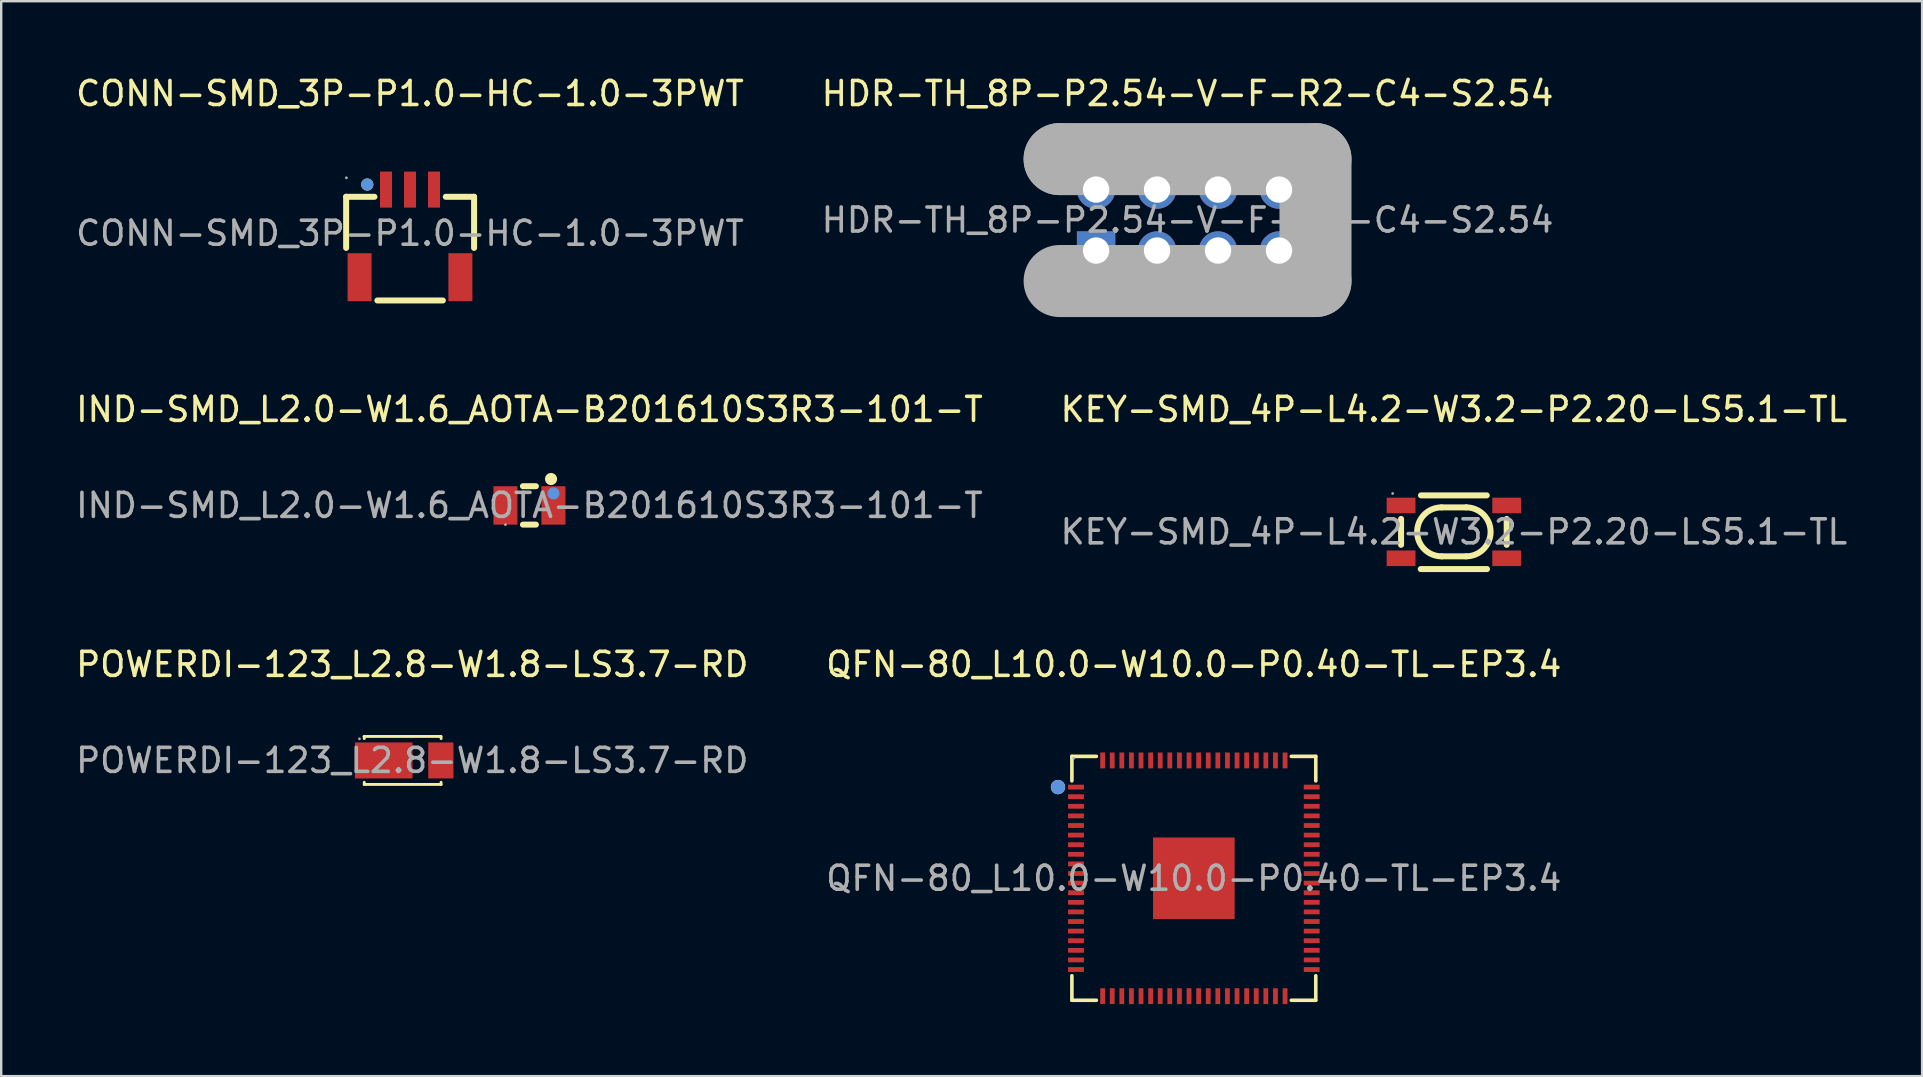
<source format=kicad_pcb>
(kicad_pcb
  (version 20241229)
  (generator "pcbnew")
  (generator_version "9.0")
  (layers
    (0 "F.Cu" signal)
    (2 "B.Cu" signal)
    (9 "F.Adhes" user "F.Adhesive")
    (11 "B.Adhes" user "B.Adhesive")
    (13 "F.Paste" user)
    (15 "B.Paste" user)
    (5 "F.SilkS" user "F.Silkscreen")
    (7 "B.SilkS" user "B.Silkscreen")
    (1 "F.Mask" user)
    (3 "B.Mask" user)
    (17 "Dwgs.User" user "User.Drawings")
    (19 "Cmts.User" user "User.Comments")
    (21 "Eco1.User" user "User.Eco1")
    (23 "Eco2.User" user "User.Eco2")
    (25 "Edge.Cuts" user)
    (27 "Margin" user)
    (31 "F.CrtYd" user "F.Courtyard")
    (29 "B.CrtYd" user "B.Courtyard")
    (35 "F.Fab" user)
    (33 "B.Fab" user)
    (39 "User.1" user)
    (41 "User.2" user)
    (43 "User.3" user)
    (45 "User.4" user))
  (footprint "IND-SMD_L2.0-W1.6_AOTA-B201610S3R3-101-T"
    (layer "F.Cu")
    (at 19.006 18.006)
    (property "Reference" "IND-SMD_L2.0-W1.6_AOTA-B201610S3R3-101-T" (at 0 -4 0) (layer "F.SilkS") (effects (font (size 1 1) (thickness 0.15))))
    (attr smd)
    (fp_line (start -0.27 -0.8) (end 0.27 -0.8) (stroke (width 0.25) (type solid)) (layer "F.SilkS"))
    (fp_line (start -0.27 0.8) (end 0.27 0.8) (stroke (width 0.25) (type solid)) (layer "F.SilkS"))
    (fp_circle (center 0.9 -1.1) (end 1.03 -1.1) (stroke (width 0.25) (type solid)) (fill no) (layer "F.SilkS"))
    (fp_circle (center 1 -0.5) (end 1.13 -0.5) (stroke (width 0.25) (type solid)) (fill no) (layer "Cmts.User"))
    (fp_circle (center -1 0.8) (end -0.97 0.8) (stroke (width 0.06) (type solid)) (fill no) (layer "F.Fab"))
    (fp_text user "${REFERENCE}" (at 0 0 0) (layer "F.Fab") (effects (font (size 1 1) (thickness 0.15))))
    (pad "1" smd rect (at -1 0) (size 1 1.6) (layers "F.Cu" "F.Mask" "F.Paste"))
    (pad "2" smd rect (at 1 0) (size 1 1.6) (layers "F.Cu" "F.Mask" "F.Paste")))
  (footprint "HDR-TH_8P-P2.54-V-F-R2-C4-S2.54"
    (layer "F.Cu")
    (at 46.423 6.118)
    (property "Reference" "HDR-TH_8P-P2.54-V-F-R2-C4-S2.54" (at 0 -5.27 0) (layer "F.SilkS") (effects (font (size 1 1) (thickness 0.15))))
    (attr through_hole)
    (fp_line (start -5.33 -2.54) (end -5.33 -2.54) (stroke (width 3) (type solid)) (layer "F.Fab"))
    (fp_line (start -5.33 -2.54) (end 5.33 -2.54) (stroke (width 3) (type solid)) (layer "F.Fab"))
    (fp_line (start 5.33 -2.54) (end 5.33 2.54) (stroke (width 3) (type solid)) (layer "F.Fab"))
    (fp_line (start 5.33 2.54) (end -5.33 2.54) (stroke (width 3) (type solid)) (layer "F.Fab"))
    (fp_circle (center -5.28 2.46) (end -5.25 2.46) (stroke (width 0.06) (type solid)) (fill no) (layer "F.Fab"))
    (fp_text user "${REFERENCE}" (at 0 0 0) (layer "F.Fab") (effects (font (size 1 1) (thickness 0.15))))
    (pad "1" thru_hole rect (at -3.81 1.27) (size 1.6 1.6) (drill 1.1) (layers "*.Cu" "*.Mask"))
    (pad "2" thru_hole circle (at -3.81 -1.27) (size 1.6 1.6) (drill 1.1) (layers "*.Cu" "*.Mask"))
    (pad "3" thru_hole circle (at -1.27 1.27) (size 1.6 1.6) (drill 1.1) (layers "*.Cu" "*.Mask"))
    (pad "4" thru_hole circle (at -1.27 -1.27) (size 1.6 1.6) (drill 1.1) (layers "*.Cu" "*.Mask"))
    (pad "5" thru_hole circle (at 1.27 1.27) (size 1.6 1.6) (drill 1.1) (layers "*.Cu" "*.Mask"))
    (pad "6" thru_hole circle (at 1.27 -1.27) (size 1.6 1.6) (drill 1.1) (layers "*.Cu" "*.Mask"))
    (pad "7" thru_hole circle (at 3.81 1.27) (size 1.6 1.6) (drill 1.1) (layers "*.Cu" "*.Mask"))
    (pad "8" thru_hole circle (at 3.81 -1.27) (size 1.6 1.6) (drill 1.1) (layers "*.Cu" "*.Mask")))
  (footprint "POWERDI-123_L2.8-W1.8-LS3.7-RD"
    (layer "F.Cu")
    (at 14.125 28.63)
    (property "Reference" "POWERDI-123_L2.8-W1.8-LS3.7-RD" (at 0 -4 0) (layer "F.SilkS") (effects (font (size 1 1) (thickness 0.15))))
    (attr smd)
    (fp_line (start -2 -1) (end -2 -0.91) (stroke (width 0.12) (type solid)) (layer "F.SilkS"))
    (fp_line (start -2 0.91) (end -2 1) (stroke (width 0.12) (type solid)) (layer "F.SilkS"))
    (fp_line (start -2 1) (end 1.2 1) (stroke (width 0.12) (type solid)) (layer "F.SilkS"))
    (fp_line (start 1.19 -1) (end -2.01 -1) (stroke (width 0.12) (type solid)) (layer "F.SilkS"))
    (fp_line (start 1.2 -1) (end 1.2 -0.91) (stroke (width 0.12) (type solid)) (layer "F.SilkS"))
    (fp_line (start 1.2 0.91) (end 1.2 1) (stroke (width 0.12) (type solid)) (layer "F.SilkS"))
    (fp_circle (center -2.2 -0.9) (end -2.17 -0.9) (stroke (width 0.06) (type solid)) (fill no) (layer "F.Fab"))
    (fp_text user "${REFERENCE}" (at 0 0 0) (layer "F.Fab") (effects (font (size 1 1) (thickness 0.15))))
    (pad "1" smd rect (at -1.19 0 180) (size 2.4 1.5) (layers "F.Cu" "F.Mask" "F.Paste"))
    (pad "2" smd rect (at 1.19 0 180) (size 1.05 1.5) (layers "F.Cu" "F.Mask" "F.Paste")))
  (footprint "KEY-SMD_4P-L4.2-W3.2-P2.20-LS5.1-TL"
    (layer "F.Cu")
    (at 57.518 19.107)
    (property "Reference" "KEY-SMD_4P-L4.2-W3.2-P2.20-LS5.1-TL" (at 0 -5.1 0) (layer "F.SilkS") (effects (font (size 1 1) (thickness 0.15))))
    (attr smd)
    (fp_line (start -2.2 -0.54) (end -2.2 0.54) (stroke (width 0.25) (type solid)) (layer "F.SilkS"))
    (fp_line (start -1.38 1.55) (end 1.38 1.55) (stroke (width 0.25) (type solid)) (layer "F.SilkS"))
    (fp_line (start -0.51 -1.02) (end 0.51 -1.02) (stroke (width 0.25) (type solid)) (layer "F.SilkS"))
    (fp_line (start -0.51 1.02) (end 0.51 1.02) (stroke (width 0.25) (type solid)) (layer "F.SilkS"))
    (fp_line (start 1.37 -1.52) (end -1.37 -1.52) (stroke (width 0.25) (type solid)) (layer "F.SilkS"))
    (fp_line (start 2.2 -0.54) (end 2.2 0.54) (stroke (width 0.25) (type solid)) (layer "F.SilkS"))
    (fp_arc (start -0.51 1.02) (mid -1.53 0) (end -0.51 -1.02) (stroke (width 0.25) (type solid)) (layer "F.SilkS"))
    (fp_arc (start 0.51 -1.02) (mid 1.53 0) (end 0.51 1.02) (stroke (width 0.25) (type solid)) (layer "F.SilkS"))
    (fp_circle (center -2.55 -1.6) (end -2.52 -1.6) (stroke (width 0.06) (type solid)) (fill no) (layer "F.Fab"))
    (fp_text user "${REFERENCE}" (at 0 0 0) (layer "F.Fab") (effects (font (size 1 1) (thickness 0.15))))
    (pad "1" smd rect (at -2.2 -1.1) (size 1.2 0.65) (layers "F.Cu" "F.Mask" "F.Paste"))
    (pad "2" smd rect (at 2.2 -1.1) (size 1.2 0.65) (layers "F.Cu" "F.Mask" "F.Paste"))
    (pad "3" smd rect (at -2.2 1.1) (size 1.2 0.65) (layers "F.Cu" "F.Mask" "F.Paste"))
    (pad "4" smd rect (at 2.2 1.1) (size 1.2 0.65) (layers "F.Cu" "F.Mask" "F.Paste")))
  (footprint "CONN-SMD_3P-P1.0-HC-1.0-3PWT"
    (layer "F.Cu")
    (at 14.03 6.668)
    (property "Reference" "CONN-SMD_3P-P1.0-HC-1.0-3PWT" (at 0 -5.82 0) (layer "F.SilkS") (effects (font (size 1 1) (thickness 0.15))))
    (attr smd)
    (fp_line (start -2.66 -1.52) (end -2.66 0.61) (stroke (width 0.25) (type solid)) (layer "F.SilkS"))
    (fp_line (start -1.48 -1.52) (end -2.66 -1.52) (stroke (width 0.25) (type solid)) (layer "F.SilkS"))
    (fp_line (start -1.36 2.8) (end 1.37 2.8) (stroke (width 0.25) (type solid)) (layer "F.SilkS"))
    (fp_line (start 2.67 -1.52) (end 1.49 -1.52) (stroke (width 0.25) (type solid)) (layer "F.SilkS"))
    (fp_line (start 2.67 -1.52) (end 2.67 0.61) (stroke (width 0.25) (type solid)) (layer "F.SilkS"))
    (fp_circle (center -1.78 -2.03) (end -1.65 -2.03) (stroke (width 0.25) (type solid)) (fill no) (layer "F.SilkS"))
    (fp_circle (center -1.78 -2.03) (end -1.65 -2.03) (stroke (width 0.25) (type solid)) (fill no) (layer "Cmts.User"))
    (fp_circle (center -2.65 -2.31) (end -2.62 -2.31) (stroke (width 0.06) (type solid)) (fill no) (layer "F.Fab"))
    (fp_text user "${REFERENCE}" (at 0 0 0) (layer "F.Fab") (effects (font (size 1 1) (thickness 0.15))))
    (pad "1" smd rect (at -1 -1.82) (size 0.5 1.5) (layers "F.Cu" "F.Mask" "F.Paste"))
    (pad "2" smd rect (at 0 -1.82) (size 0.5 1.5) (layers "F.Cu" "F.Mask" "F.Paste"))
    (pad "3" smd rect (at 1 -1.82) (size 0.5 1.5) (layers "F.Cu" "F.Mask" "F.Paste"))
    (pad "4" smd rect (at -2.1 1.83) (size 1 2) (layers "F.Cu" "F.Mask" "F.Paste"))
    (pad "5" smd rect (at 2.1 1.83) (size 1 2) (layers "F.Cu" "F.Mask" "F.Paste")))
  (footprint "QFN-80_L10.0-W10.0-P0.40-TL-EP3.4"
    (layer "F.Cu")
    (at 46.685 33.54)
    (property "Reference" "QFN-80_L10.0-W10.0-P0.40-TL-EP3.4" (at 0 -8.91 0) (layer "F.SilkS") (effects (font (size 1 1) (thickness 0.15))))
    (attr smd)
    (fp_line (start -5.08 -5.08) (end -4.06 -5.08) (stroke (width 0.15) (type solid)) (layer "F.SilkS"))
    (fp_line (start -5.08 -4.06) (end -5.08 -5.08) (stroke (width 0.15) (type solid)) (layer "F.SilkS"))
    (fp_line (start -5.08 4.06) (end -5.08 5.08) (stroke (width 0.15) (type solid)) (layer "F.SilkS"))
    (fp_line (start -5.08 5.08) (end -4.06 5.08) (stroke (width 0.15) (type solid)) (layer "F.SilkS"))
    (fp_line (start 5.08 -5.08) (end 4.06 -5.08) (stroke (width 0.15) (type solid)) (layer "F.SilkS"))
    (fp_line (start 5.08 -4.06) (end 5.08 -5.08) (stroke (width 0.15) (type solid)) (layer "F.SilkS"))
    (fp_line (start 5.08 4.06) (end 5.08 5.08) (stroke (width 0.15) (type solid)) (layer "F.SilkS"))
    (fp_line (start 5.08 5.08) (end 4.06 5.08) (stroke (width 0.15) (type solid)) (layer "F.SilkS"))
    (fp_circle (center -5.66 -3.8) (end -5.51 -3.8) (stroke (width 0.3) (type solid)) (fill no) (layer "F.SilkS"))
    (fp_circle (center -5.66 -3.8) (end -5.51 -3.8) (stroke (width 0.3) (type solid)) (fill no) (layer "Cmts.User"))
    (fp_circle (center -5 -5) (end -4.97 -5) (stroke (width 0.06) (type solid)) (fill no) (layer "F.Fab"))
    (fp_text user "${REFERENCE}" (at 0 0 0) (layer "F.Fab") (effects (font (size 1 1) (thickness 0.15))))
    (pad "1" smd rect (at -4.91 -3.8) (size 0.66 0.2) (layers "F.Cu" "F.Mask" "F.Paste"))
    (pad "2" smd rect (at -4.91 -3.4) (size 0.66 0.2) (layers "F.Cu" "F.Mask" "F.Paste"))
    (pad "3" smd rect (at -4.91 -3) (size 0.66 0.2) (layers "F.Cu" "F.Mask" "F.Paste"))
    (pad "4" smd rect (at -4.91 -2.6) (size 0.66 0.2) (layers "F.Cu" "F.Mask" "F.Paste"))
    (pad "5" smd rect (at -4.91 -2.2) (size 0.66 0.2) (layers "F.Cu" "F.Mask" "F.Paste"))
    (pad "6" smd rect (at -4.91 -1.8) (size 0.66 0.2) (layers "F.Cu" "F.Mask" "F.Paste"))
    (pad "7" smd rect (at -4.91 -1.4) (size 0.66 0.2) (layers "F.Cu" "F.Mask" "F.Paste"))
    (pad "8" smd rect (at -4.91 -1) (size 0.66 0.2) (layers "F.Cu" "F.Mask" "F.Paste"))
    (pad "9" smd rect (at -4.91 -0.6) (size 0.66 0.2) (layers "F.Cu" "F.Mask" "F.Paste"))
    (pad "10" smd rect (at -4.91 -0.2) (size 0.66 0.2) (layers "F.Cu" "F.Mask" "F.Paste"))
    (pad "11" smd rect (at -4.91 0.2) (size 0.66 0.2) (layers "F.Cu" "F.Mask" "F.Paste"))
    (pad "12" smd rect (at -4.91 0.6) (size 0.66 0.2) (layers "F.Cu" "F.Mask" "F.Paste"))
    (pad "13" smd rect (at -4.91 1) (size 0.66 0.2) (layers "F.Cu" "F.Mask" "F.Paste"))
    (pad "14" smd rect (at -4.91 1.4) (size 0.66 0.2) (layers "F.Cu" "F.Mask" "F.Paste"))
    (pad "15" smd rect (at -4.91 1.8) (size 0.66 0.2) (layers "F.Cu" "F.Mask" "F.Paste"))
    (pad "16" smd rect (at -4.91 2.2) (size 0.66 0.2) (layers "F.Cu" "F.Mask" "F.Paste"))
    (pad "17" smd rect (at -4.91 2.6) (size 0.66 0.2) (layers "F.Cu" "F.Mask" "F.Paste"))
    (pad "18" smd rect (at -4.91 3) (size 0.66 0.2) (layers "F.Cu" "F.Mask" "F.Paste"))
    (pad "19" smd rect (at -4.91 3.4) (size 0.66 0.2) (layers "F.Cu" "F.Mask" "F.Paste"))
    (pad "20" smd rect (at -4.91 3.8) (size 0.66 0.2) (layers "F.Cu" "F.Mask" "F.Paste"))
    (pad "21" smd rect (at -3.8 4.91) (size 0.2 0.66) (layers "F.Cu" "F.Mask" "F.Paste"))
    (pad "22" smd rect (at -3.4 4.91) (size 0.2 0.66) (layers "F.Cu" "F.Mask" "F.Paste"))
    (pad "23" smd rect (at -3 4.91) (size 0.2 0.66) (layers "F.Cu" "F.Mask" "F.Paste"))
    (pad "24" smd rect (at -2.6 4.91) (size 0.2 0.66) (layers "F.Cu" "F.Mask" "F.Paste"))
    (pad "25" smd rect (at -2.2 4.91) (size 0.2 0.66) (layers "F.Cu" "F.Mask" "F.Paste"))
    (pad "26" smd rect (at -1.8 4.91) (size 0.2 0.66) (layers "F.Cu" "F.Mask" "F.Paste"))
    (pad "27" smd rect (at -1.4 4.91) (size 0.2 0.66) (layers "F.Cu" "F.Mask" "F.Paste"))
    (pad "28" smd rect (at -1 4.91) (size 0.2 0.66) (layers "F.Cu" "F.Mask" "F.Paste"))
    (pad "29" smd rect (at -0.6 4.91) (size 0.2 0.66) (layers "F.Cu" "F.Mask" "F.Paste"))
    (pad "30" smd rect (at -0.2 4.91) (size 0.2 0.66) (layers "F.Cu" "F.Mask" "F.Paste"))
    (pad "31" smd rect (at 0.2 4.91) (size 0.2 0.66) (layers "F.Cu" "F.Mask" "F.Paste"))
    (pad "32" smd rect (at 0.6 4.91) (size 0.2 0.66) (layers "F.Cu" "F.Mask" "F.Paste"))
    (pad "33" smd rect (at 1 4.91) (size 0.2 0.66) (layers "F.Cu" "F.Mask" "F.Paste"))
    (pad "34" smd rect (at 1.4 4.91) (size 0.2 0.66) (layers "F.Cu" "F.Mask" "F.Paste"))
    (pad "35" smd rect (at 1.8 4.91) (size 0.2 0.66) (layers "F.Cu" "F.Mask" "F.Paste"))
    (pad "36" smd rect (at 2.2 4.91) (size 0.2 0.66) (layers "F.Cu" "F.Mask" "F.Paste"))
    (pad "37" smd rect (at 2.6 4.91) (size 0.2 0.66) (layers "F.Cu" "F.Mask" "F.Paste"))
    (pad "38" smd rect (at 3 4.91) (size 0.2 0.66) (layers "F.Cu" "F.Mask" "F.Paste"))
    (pad "39" smd rect (at 3.4 4.91) (size 0.2 0.66) (layers "F.Cu" "F.Mask" "F.Paste"))
    (pad "40" smd rect (at 3.8 4.91) (size 0.2 0.66) (layers "F.Cu" "F.Mask" "F.Paste"))
    (pad "41" smd rect (at 4.91 3.8) (size 0.66 0.2) (layers "F.Cu" "F.Mask" "F.Paste"))
    (pad "42" smd rect (at 4.91 3.4) (size 0.66 0.2) (layers "F.Cu" "F.Mask" "F.Paste"))
    (pad "43" smd rect (at 4.91 3) (size 0.66 0.2) (layers "F.Cu" "F.Mask" "F.Paste"))
    (pad "44" smd rect (at 4.91 2.6) (size 0.66 0.2) (layers "F.Cu" "F.Mask" "F.Paste"))
    (pad "45" smd rect (at 4.91 2.2) (size 0.66 0.2) (layers "F.Cu" "F.Mask" "F.Paste"))
    (pad "46" smd rect (at 4.91 1.8) (size 0.66 0.2) (layers "F.Cu" "F.Mask" "F.Paste"))
    (pad "47" smd rect (at 4.91 1.4) (size 0.66 0.2) (layers "F.Cu" "F.Mask" "F.Paste"))
    (pad "48" smd rect (at 4.91 1) (size 0.66 0.2) (layers "F.Cu" "F.Mask" "F.Paste"))
    (pad "49" smd rect (at 4.91 0.6) (size 0.66 0.2) (layers "F.Cu" "F.Mask" "F.Paste"))
    (pad "50" smd rect (at 4.91 0.2) (size 0.66 0.2) (layers "F.Cu" "F.Mask" "F.Paste"))
    (pad "51" smd rect (at 4.91 -0.2) (size 0.66 0.2) (layers "F.Cu" "F.Mask" "F.Paste"))
    (pad "52" smd rect (at 4.91 -0.6) (size 0.66 0.2) (layers "F.Cu" "F.Mask" "F.Paste"))
    (pad "53" smd rect (at 4.91 -1) (size 0.66 0.2) (layers "F.Cu" "F.Mask" "F.Paste"))
    (pad "54" smd rect (at 4.91 -1.4) (size 0.66 0.2) (layers "F.Cu" "F.Mask" "F.Paste"))
    (pad "55" smd rect (at 4.91 -1.8) (size 0.66 0.2) (layers "F.Cu" "F.Mask" "F.Paste"))
    (pad "56" smd rect (at 4.91 -2.2) (size 0.66 0.2) (layers "F.Cu" "F.Mask" "F.Paste"))
    (pad "57" smd rect (at 4.91 -2.6) (size 0.66 0.2) (layers "F.Cu" "F.Mask" "F.Paste"))
    (pad "58" smd rect (at 4.91 -3) (size 0.66 0.2) (layers "F.Cu" "F.Mask" "F.Paste"))
    (pad "59" smd rect (at 4.91 -3.4) (size 0.66 0.2) (layers "F.Cu" "F.Mask" "F.Paste"))
    (pad "60" smd rect (at 4.91 -3.8) (size 0.66 0.2) (layers "F.Cu" "F.Mask" "F.Paste"))
    (pad "61" smd rect (at 3.8 -4.91) (size 0.2 0.66) (layers "F.Cu" "F.Mask" "F.Paste"))
    (pad "62" smd rect (at 3.4 -4.91) (size 0.2 0.66) (layers "F.Cu" "F.Mask" "F.Paste"))
    (pad "63" smd rect (at 3 -4.91) (size 0.2 0.66) (layers "F.Cu" "F.Mask" "F.Paste"))
    (pad "64" smd rect (at 2.6 -4.91) (size 0.2 0.66) (layers "F.Cu" "F.Mask" "F.Paste"))
    (pad "65" smd rect (at 2.2 -4.91) (size 0.2 0.66) (layers "F.Cu" "F.Mask" "F.Paste"))
    (pad "66" smd rect (at 1.8 -4.91) (size 0.2 0.66) (layers "F.Cu" "F.Mask" "F.Paste"))
    (pad "67" smd rect (at 1.4 -4.91) (size 0.2 0.66) (layers "F.Cu" "F.Mask" "F.Paste"))
    (pad "68" smd rect (at 1 -4.91) (size 0.2 0.66) (layers "F.Cu" "F.Mask" "F.Paste"))
    (pad "69" smd rect (at 0.6 -4.91) (size 0.2 0.66) (layers "F.Cu" "F.Mask" "F.Paste"))
    (pad "70" smd rect (at 0.2 -4.91) (size 0.2 0.66) (layers "F.Cu" "F.Mask" "F.Paste"))
    (pad "71" smd rect (at -0.2 -4.91) (size 0.2 0.66) (layers "F.Cu" "F.Mask" "F.Paste"))
    (pad "72" smd rect (at -0.6 -4.91) (size 0.2 0.66) (layers "F.Cu" "F.Mask" "F.Paste"))
    (pad "73" smd rect (at -1 -4.91) (size 0.2 0.66) (layers "F.Cu" "F.Mask" "F.Paste"))
    (pad "74" smd rect (at -1.4 -4.91) (size 0.2 0.66) (layers "F.Cu" "F.Mask" "F.Paste"))
    (pad "75" smd rect (at -1.8 -4.91) (size 0.2 0.66) (layers "F.Cu" "F.Mask" "F.Paste"))
    (pad "76" smd rect (at -2.2 -4.91) (size 0.2 0.66) (layers "F.Cu" "F.Mask" "F.Paste"))
    (pad "77" smd rect (at -2.6 -4.91) (size 0.2 0.66) (layers "F.Cu" "F.Mask" "F.Paste"))
    (pad "78" smd rect (at -3 -4.91) (size 0.2 0.66) (layers "F.Cu" "F.Mask" "F.Paste"))
    (pad "79" smd rect (at -3.4 -4.91) (size 0.2 0.66) (layers "F.Cu" "F.Mask" "F.Paste"))
    (pad "80" smd rect (at -3.8 -4.91) (size 0.2 0.66) (layers "F.Cu" "F.Mask" "F.Paste"))
    (pad "81" smd rect (at 0 0) (size 3.4 3.4) (layers "F.Cu" "F.Mask" "F.Paste")))
  (gr_rect
    (start -3 -3)
    (end 77.024 41.78)
    (stroke (width 0.1) (type default))
    (fill no)
    (layer "Edge.Cuts")))
</source>
